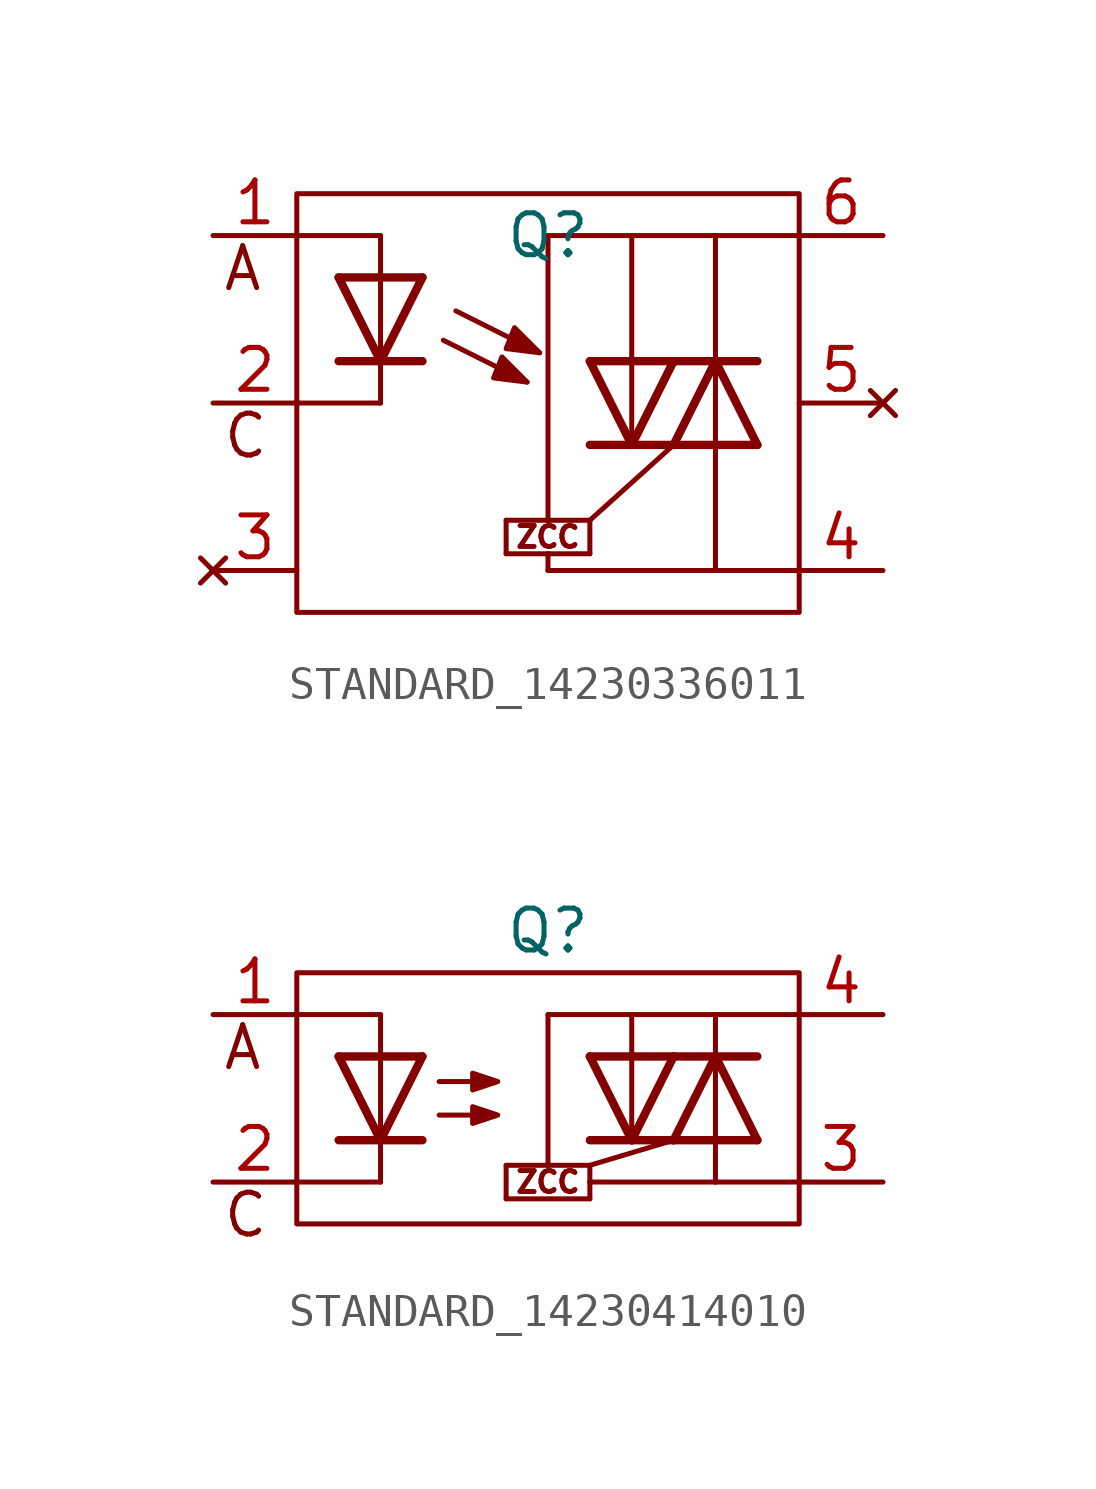
<source format=kicad_sym>
(kicad_symbol_lib
  (version 20220914)
  (generator kicad_symbol_editor)
  (symbol "STANDARD_14230336011"
    (pin_names hide)
    (property "Reference" "Q"
      (at 0 5.08 0)
      (effects (font (size 1.27 1.27))))
    (symbol "STANDARD_14230336011_0_0"
      (rectangle (start -7.62 6.35) (end 7.62 -6.35) (stroke (width 0) (type default)) (fill (type none)))
      (polyline (pts (xy -5.08 0) (xy -7.62 0)) (stroke (width 0.152) (type default)) (fill (type none)))
      (polyline (pts (xy -5.08 1.27) (xy -6.35 1.27)) (stroke (width 0.254) (type default)) (fill (type none)))
      (polyline (pts (xy -5.08 1.27) (xy -6.35 3.81)) (stroke (width 0.254) (type default)) (fill (type none)))
      (polyline (pts (xy -5.08 1.27) (xy -5.08 0)) (stroke (width 0.152) (type default)) (fill (type none)))
      (polyline (pts (xy -5.08 3.81) (xy -6.35 3.81)) (stroke (width 0.254) (type default)) (fill (type none)))
      (polyline (pts (xy -5.08 3.81) (xy -5.08 1.27)) (stroke (width 0.152) (type default)) (fill (type none)))
      (polyline (pts (xy -5.08 3.81) (xy -5.08 5.08)) (stroke (width 0.152) (type default)) (fill (type none)))
      (polyline (pts (xy -5.08 5.08) (xy -7.62 5.08)) (stroke (width 0.152) (type default)) (fill (type none)))
      (polyline (pts (xy -3.81 1.27) (xy -5.08 1.27)) (stroke (width 0.254) (type default)) (fill (type none)))
      (polyline (pts (xy -3.81 3.81) (xy -5.08 1.27)) (stroke (width 0.254) (type default)) (fill (type none)))
      (polyline (pts (xy -3.81 3.81) (xy -5.08 3.81)) (stroke (width 0.254) (type default)) (fill (type none)))
      (polyline (pts (xy -3.175 1.905) (xy -0.635 0.635)) (stroke (width 0.152) (type default)) (fill (type none)))
      (polyline (pts (xy -2.794 2.794) (xy -0.254 1.524)) (stroke (width 0.152) (type default)) (fill (type none)))
      (polyline (pts (xy -1.27 -4.572) (xy -1.27 -3.556)) (stroke (width 0.152) (type default)) (fill (type none)))
      (polyline (pts (xy -1.27 -3.556) (xy 0 -3.556)) (stroke (width 0.152) (type default)) (fill (type none)))
      (polyline (pts (xy 0 -5.08) (xy 5.08 -5.08)) (stroke (width 0.152) (type default)) (fill (type none)))
      (polyline (pts (xy 0 -4.572) (xy -1.27 -4.572)) (stroke (width 0.152) (type default)) (fill (type none)))
      (polyline (pts (xy 0 -4.572) (xy 0 -5.08)) (stroke (width 0.152) (type default)) (fill (type none)))
      (polyline (pts (xy 0 -3.556) (xy 1.27 -3.556)) (stroke (width 0.152) (type default)) (fill (type none)))
      (polyline (pts (xy 0 5.08) (xy 0 -3.556)) (stroke (width 0.152) (type default)) (fill (type none)))
      (polyline (pts (xy 1.27 -4.572) (xy 0 -4.572)) (stroke (width 0.152) (type default)) (fill (type none)))
      (polyline (pts (xy 1.27 -3.556) (xy 1.27 -4.572)) (stroke (width 0.152) (type default)) (fill (type none)))
      (polyline (pts (xy 1.27 -3.556) (xy 3.81 -1.27)) (stroke (width 0.152) (type default)) (fill (type none)))
      (polyline (pts (xy 2.54 -1.27) (xy 1.27 -1.27)) (stroke (width 0.254) (type default)) (fill (type none)))
      (polyline (pts (xy 2.54 -1.27) (xy 1.27 1.27)) (stroke (width 0.254) (type default)) (fill (type none)))
      (polyline (pts (xy 2.54 1.27) (xy 1.27 1.27)) (stroke (width 0.254) (type default)) (fill (type none)))
      (polyline (pts (xy 2.54 1.27) (xy 2.54 -1.27)) (stroke (width 0.152) (type default)) (fill (type none)))
      (polyline (pts (xy 2.54 1.27) (xy 2.54 5.08)) (stroke (width 0.152) (type default)) (fill (type none)))
      (polyline (pts (xy 2.54 5.08) (xy 0 5.08)) (stroke (width 0.152) (type default)) (fill (type none)))
      (polyline (pts (xy 3.81 -1.27) (xy 2.54 -1.27)) (stroke (width 0.254) (type default)) (fill (type none)))
      (polyline (pts (xy 3.81 -1.27) (xy 5.08 -1.27)) (stroke (width 0.254) (type default)) (fill (type none)))
      (polyline (pts (xy 3.81 -1.27) (xy 5.08 1.27)) (stroke (width 0.254) (type default)) (fill (type none)))
      (polyline (pts (xy 3.81 1.27) (xy 2.54 -1.27)) (stroke (width 0.254) (type default)) (fill (type none)))
      (polyline (pts (xy 3.81 1.27) (xy 2.54 1.27)) (stroke (width 0.254) (type default)) (fill (type none)))
      (polyline (pts (xy 3.81 1.27) (xy 5.08 1.27)) (stroke (width 0.254) (type default)) (fill (type none)))
      (polyline (pts (xy 5.08 -1.27) (xy 5.08 -5.08)) (stroke (width 0.152) (type default)) (fill (type none)))
      (polyline (pts (xy 5.08 -1.27) (xy 5.08 1.27)) (stroke (width 0.152) (type default)) (fill (type none)))
      (polyline (pts (xy 5.08 -1.27) (xy 6.35 -1.27)) (stroke (width 0.254) (type default)) (fill (type none)))
      (polyline (pts (xy 5.08 1.27) (xy 5.08 5.08)) (stroke (width 0.152) (type default)) (fill (type none)))
      (polyline (pts (xy 5.08 1.27) (xy 6.35 -1.27)) (stroke (width 0.254) (type default)) (fill (type none)))
      (polyline (pts (xy 5.08 1.27) (xy 6.35 1.27)) (stroke (width 0.254) (type default)) (fill (type none)))
      (polyline (pts (xy 5.08 5.08) (xy 2.54 5.08)) (stroke (width 0.152) (type default)) (fill (type none)))
      (polyline (pts (xy 7.62 -5.08) (xy 5.08 -5.08)) (stroke (width 0.152) (type default)) (fill (type none)))
      (polyline (pts (xy 7.62 5.08) (xy 5.08 5.08)) (stroke (width 0.152) (type default)) (fill (type none)))
      (polyline (pts (xy -1.397 1.397) (xy -0.635 0.635) (xy -1.651 0.762) (xy -1.397 1.397)) (stroke (width 0.152) (type default)) (fill (type outline)))
      (polyline (pts (xy -1.016 2.286) (xy -0.254 1.524) (xy -1.27 1.651) (xy -1.016 2.286)) (stroke (width 0.152) (type default)) (fill (type outline)))
      (text "A" (at -9.906 4.826 0) (effects (font (size 1.27 1.27)) (justify left top)))
      (text "C" (at -9.906 -0.254 0) (effects (font (size 1.27 1.27)) (justify left top))))
    (symbol "STANDARD_14230336011_1_0"
      (text "ZCC" (at 0 -4.064 0) (effects (font (size 0.635 0.635))))
      (pin passive line (at -10.16 5.08 0) (length 2.54) (name "Anode" (effects (font (size 1.27 1.27)))) (number "1" (effects (font (size 1.27 1.27)))))
      (pin passive line (at -10.16 0 0) (length 2.54) (name "Cathode" (effects (font (size 1.27 1.27)))) (number "2" (effects (font (size 1.27 1.27)))))
      (pin no_connect line (at -10.16 -5.08 0) (length 2.54) (name "NC" (effects (font (size 1.27 1.27)))) (number "3" (effects (font (size 1.27 1.27)))))
      (pin passive line (at 10.16 -5.08 180) (length 2.54) (name "Teminal" (effects (font (size 1.27 1.27)))) (number "4" (effects (font (size 1.27 1.27)))))
      (pin no_connect line (at 10.16 0 180) (length 2.54) (name "NC" (effects (font (size 1.27 1.27)))) (number "5" (effects (font (size 1.27 1.27)))))
      (pin passive line (at 10.16 5.08 180) (length 2.54) (name "Teminal" (effects (font (size 1.27 1.27)))) (number "6" (effects (font (size 1.27 1.27)))))))
  (symbol "STANDARD_14230414010"
    (pin_names hide)
    (property "Reference" "Q"
      (at 0 5.08 0)
      (effects (font (size 1.27 1.27))))
    (symbol "STANDARD_14230414010_0_0"
      (polyline (pts (xy -5.08 -2.54) (xy -7.62 -2.54)) (stroke (width 0.152) (type default)) (fill (type none)))
      (polyline (pts (xy -5.08 -1.27) (xy -6.35 -1.27)) (stroke (width 0.254) (type default)) (fill (type none)))
      (polyline (pts (xy -5.08 -1.27) (xy -6.35 1.27)) (stroke (width 0.254) (type default)) (fill (type none)))
      (polyline (pts (xy -5.08 -1.27) (xy -5.08 -2.54)) (stroke (width 0.152) (type default)) (fill (type none)))
      (polyline (pts (xy -5.08 1.27) (xy -6.35 1.27)) (stroke (width 0.254) (type default)) (fill (type none)))
      (polyline (pts (xy -5.08 1.27) (xy -5.08 -1.27)) (stroke (width 0.152) (type default)) (fill (type none)))
      (polyline (pts (xy -5.08 1.27) (xy -5.08 2.54)) (stroke (width 0.152) (type default)) (fill (type none)))
      (polyline (pts (xy -3.81 -1.27) (xy -5.08 -1.27)) (stroke (width 0.254) (type default)) (fill (type none)))
      (polyline (pts (xy -3.81 1.27) (xy -5.08 -1.27)) (stroke (width 0.254) (type default)) (fill (type none)))
      (polyline (pts (xy -3.81 1.27) (xy -5.08 1.27)) (stroke (width 0.254) (type default)) (fill (type none)))
      (polyline (pts (xy -3.302 -0.508) (xy -2.032 -0.508)) (stroke (width 0.152) (type default)) (fill (type none)))
      (polyline (pts (xy -3.302 0.508) (xy -2.032 0.508)) (stroke (width 0.152) (type default)) (fill (type none)))
      (polyline (pts (xy -1.27 -3.048) (xy -1.27 -2.032)) (stroke (width 0.152) (type default)) (fill (type none)))
      (polyline (pts (xy -1.27 -2.032) (xy 0 -2.032)) (stroke (width 0.152) (type default)) (fill (type none)))
      (polyline (pts (xy 0 -2.032) (xy 1.27 -2.032)) (stroke (width 0.152) (type default)) (fill (type none)))
      (polyline (pts (xy 0 2.54) (xy 0 -2.032)) (stroke (width 0.152) (type default)) (fill (type none)))
      (polyline (pts (xy 1.27 -3.048) (xy -1.27 -3.048)) (stroke (width 0.152) (type default)) (fill (type none)))
      (polyline (pts (xy 1.27 -2.54) (xy 1.27 -3.048)) (stroke (width 0.152) (type default)) (fill (type none)))
      (polyline (pts (xy 1.27 -2.54) (xy 5.08 -2.54)) (stroke (width 0.152) (type default)) (fill (type none)))
      (polyline (pts (xy 1.27 -2.032) (xy 1.27 -2.54)) (stroke (width 0.152) (type default)) (fill (type none)))
      (polyline (pts (xy 2.54 -1.27) (xy 1.27 -1.27)) (stroke (width 0.254) (type default)) (fill (type none)))
      (polyline (pts (xy 2.54 -1.27) (xy 1.27 1.27)) (stroke (width 0.254) (type default)) (fill (type none)))
      (polyline (pts (xy 2.54 1.27) (xy 1.27 1.27)) (stroke (width 0.254) (type default)) (fill (type none)))
      (polyline (pts (xy 2.54 1.27) (xy 2.54 -1.27)) (stroke (width 0.152) (type default)) (fill (type none)))
      (polyline (pts (xy 2.54 1.27) (xy 2.54 2.54)) (stroke (width 0.152) (type default)) (fill (type none)))
      (polyline (pts (xy 2.54 2.54) (xy 0 2.54)) (stroke (width 0.152) (type default)) (fill (type none)))
      (polyline (pts (xy 3.81 -1.27) (xy 1.27 -2.032)) (stroke (width 0.152) (type default)) (fill (type none)))
      (polyline (pts (xy 3.81 -1.27) (xy 2.54 -1.27)) (stroke (width 0.254) (type default)) (fill (type none)))
      (polyline (pts (xy 3.81 -1.27) (xy 5.08 -1.27)) (stroke (width 0.254) (type default)) (fill (type none)))
      (polyline (pts (xy 3.81 -1.27) (xy 5.08 1.27)) (stroke (width 0.254) (type default)) (fill (type none)))
      (polyline (pts (xy 3.81 1.27) (xy 2.54 -1.27)) (stroke (width 0.254) (type default)) (fill (type none)))
      (polyline (pts (xy 3.81 1.27) (xy 2.54 1.27)) (stroke (width 0.254) (type default)) (fill (type none)))
      (polyline (pts (xy 3.81 1.27) (xy 5.08 1.27)) (stroke (width 0.254) (type default)) (fill (type none)))
      (polyline (pts (xy 5.08 -1.27) (xy 5.08 -2.54)) (stroke (width 0.152) (type default)) (fill (type none)))
      (polyline (pts (xy 5.08 -1.27) (xy 5.08 1.27)) (stroke (width 0.152) (type default)) (fill (type none)))
      (polyline (pts (xy 5.08 -1.27) (xy 6.35 -1.27)) (stroke (width 0.254) (type default)) (fill (type none)))
      (polyline (pts (xy 5.08 1.27) (xy 5.08 2.54)) (stroke (width 0.152) (type default)) (fill (type none)))
      (polyline (pts (xy 5.08 1.27) (xy 6.35 -1.27)) (stroke (width 0.254) (type default)) (fill (type none)))
      (polyline (pts (xy 5.08 1.27) (xy 6.35 1.27)) (stroke (width 0.254) (type default)) (fill (type none)))
      (polyline (pts (xy 5.08 2.54) (xy 2.54 2.54)) (stroke (width 0.152) (type default)) (fill (type none)))
      (polyline (pts (xy 7.62 -2.54) (xy 5.08 -2.54)) (stroke (width 0.152) (type default)) (fill (type none)))
      (polyline (pts (xy 7.62 2.54) (xy 5.08 2.54)) (stroke (width 0.152) (type default)) (fill (type none)))
      (polyline (pts (xy -2.286 -0.254) (xy -1.524 -0.508) (xy -2.286 -0.762) (xy -2.286 -0.254)) (stroke (width 0.152) (type default)) (fill (type outline)))
      (polyline (pts (xy -2.286 0.762) (xy -1.524 0.508) (xy -2.286 0.254) (xy -2.286 0.762)) (stroke (width 0.152) (type default)) (fill (type outline)))
      (text "A" (at -9.906 2.286 0) (effects (font (size 1.27 1.27)) (justify left top)))
      (text "C" (at -9.906 -2.794 0) (effects (font (size 1.27 1.27)) (justify left top))))
    (symbol "STANDARD_14230414010_0_1"
      (rectangle (start -7.62 3.81) (end 7.62 -3.81) (stroke (width 0) (type default)) (fill (type none))))
    (symbol "STANDARD_14230414010_1_0"
      (polyline (pts (xy -5.08 2.54) (xy -7.62 2.54)) (stroke (width 0.152) (type default)) (fill (type none)))
      (text "ZCC" (at 0 -2.54 0) (effects (font (size 0.635 0.635))))
      (pin passive line (at -10.16 2.54 0) (length 2.54) (name "Anode" (effects (font (size 1.27 1.27)))) (number "1" (effects (font (size 1.27 1.27)))))
      (pin passive line (at -10.16 -2.54 0) (length 2.54) (name "Cathode" (effects (font (size 1.27 1.27)))) (number "2" (effects (font (size 1.27 1.27)))))
      (pin passive line (at 10.16 -2.54 180) (length 2.54) (name "Teminal" (effects (font (size 1.27 1.27)))) (number "3" (effects (font (size 1.27 1.27)))))
      (pin passive line (at 10.16 2.54 180) (length 2.54) (name "Teminal" (effects (font (size 1.27 1.27)))) (number "4" (effects (font (size 1.27 1.27))))))))
</source>
